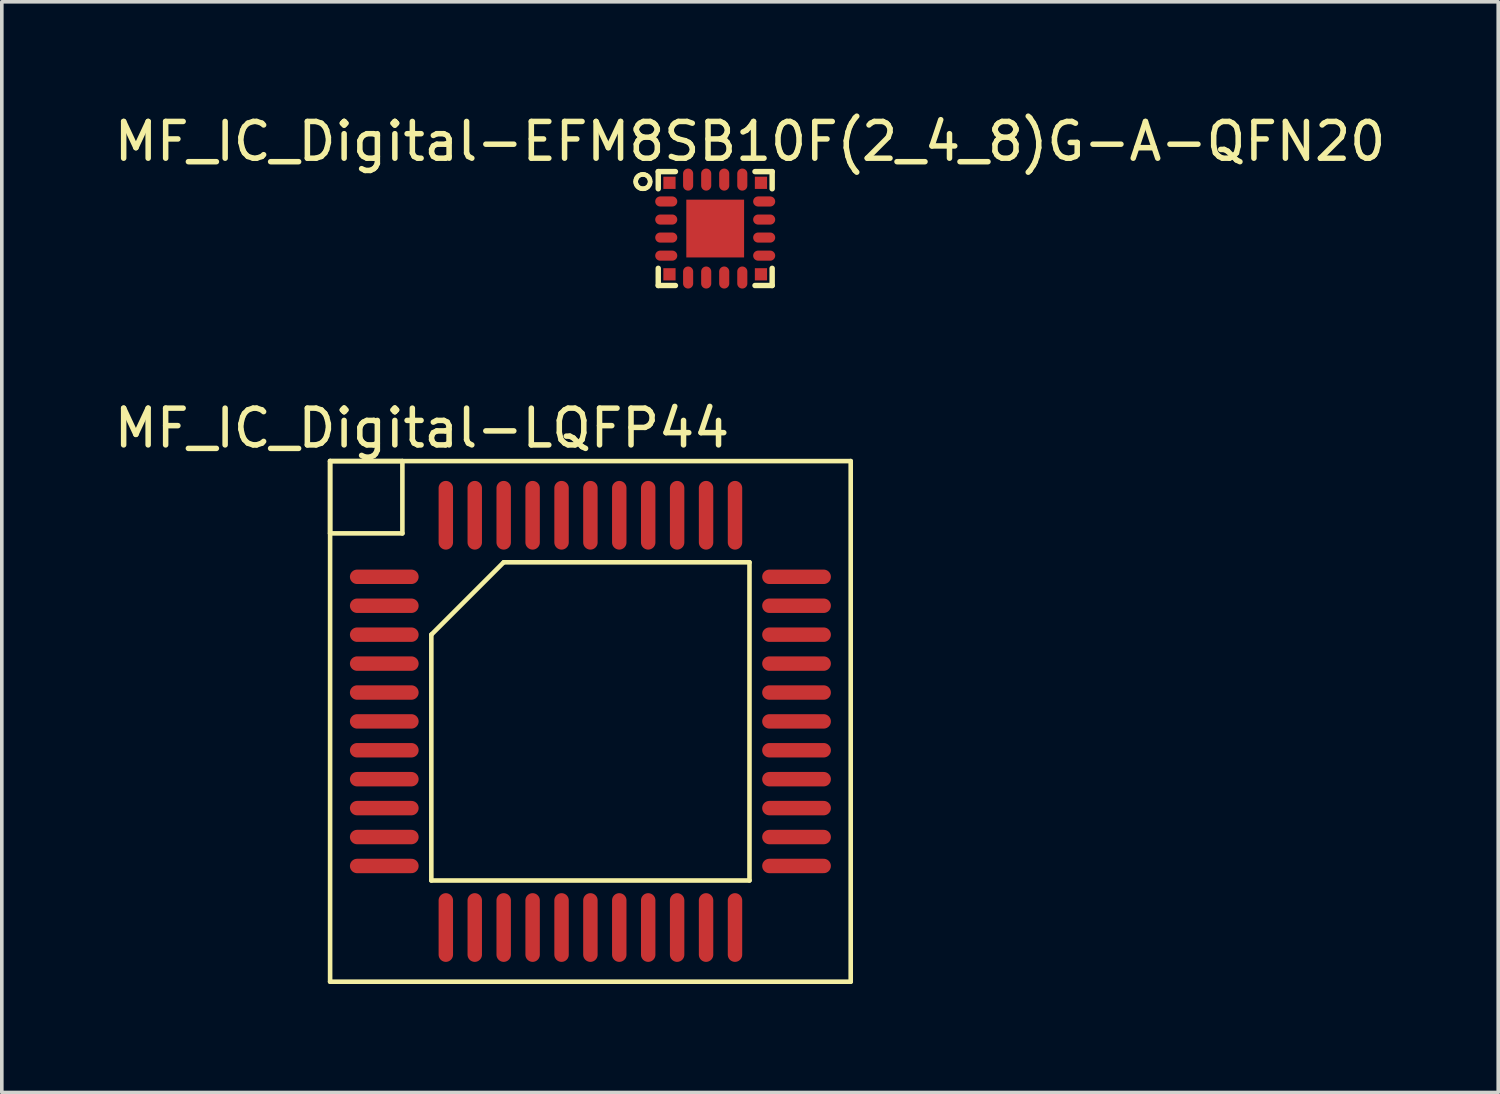
<source format=kicad_pcb>
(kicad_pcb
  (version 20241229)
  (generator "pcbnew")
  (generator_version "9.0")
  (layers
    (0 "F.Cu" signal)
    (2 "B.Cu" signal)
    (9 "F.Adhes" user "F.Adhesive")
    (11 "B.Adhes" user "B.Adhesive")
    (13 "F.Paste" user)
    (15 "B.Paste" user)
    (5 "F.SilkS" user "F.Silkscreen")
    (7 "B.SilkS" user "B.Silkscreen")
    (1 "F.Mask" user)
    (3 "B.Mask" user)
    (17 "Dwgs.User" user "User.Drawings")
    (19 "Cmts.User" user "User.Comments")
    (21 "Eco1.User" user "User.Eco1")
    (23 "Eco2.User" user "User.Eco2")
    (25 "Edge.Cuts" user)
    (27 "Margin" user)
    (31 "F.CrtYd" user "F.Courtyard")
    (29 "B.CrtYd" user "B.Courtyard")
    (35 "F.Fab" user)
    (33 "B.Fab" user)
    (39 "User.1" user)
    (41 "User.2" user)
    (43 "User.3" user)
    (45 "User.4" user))
  (footprint "MF_IC_Digital-LQFP44"
    (layer "F.Cu")
    (at 13.276 16.898)
    (property "Reference" "MF_IC_Digital-LQFP44" (at -4.658 -8.108 0) (layer "F.SilkS") (effects (font (size 1.016 1.016) (thickness 0.152))))
    (attr smd)
    (fp_line (start -7.198 -7.198) (end -5.199 -7.198) (stroke (width 0.127) (type solid)) (layer "F.SilkS"))
    (fp_line (start -7.198 -7.198) (end 7.198 -7.198) (stroke (width 0.127) (type solid)) (layer "F.SilkS"))
    (fp_line (start -7.198 -5.199) (end -7.198 -7.198) (stroke (width 0.127) (type solid)) (layer "F.SilkS"))
    (fp_line (start -7.198 7.198) (end -7.198 -7.198) (stroke (width 0.127) (type solid)) (layer "F.SilkS"))
    (fp_line (start -5.199 -7.198) (end -5.199 -5.199) (stroke (width 0.127) (type solid)) (layer "F.SilkS"))
    (fp_line (start -5.199 -5.199) (end -7.198 -5.199) (stroke (width 0.127) (type solid)) (layer "F.SilkS"))
    (fp_line (start -4.399 -2.398) (end -4.399 4.399) (stroke (width 0.127) (type solid)) (layer "F.SilkS"))
    (fp_line (start -4.399 4.399) (end 4.399 4.399) (stroke (width 0.127) (type solid)) (layer "F.SilkS"))
    (fp_line (start -2.398 -4.399) (end -4.399 -2.398) (stroke (width 0.127) (type solid)) (layer "F.SilkS"))
    (fp_line (start 4.399 -4.399) (end -2.398 -4.399) (stroke (width 0.127) (type solid)) (layer "F.SilkS"))
    (fp_line (start 4.399 4.399) (end 4.399 -4.399) (stroke (width 0.127) (type solid)) (layer "F.SilkS"))
    (fp_line (start 7.198 -7.198) (end 7.198 7.198) (stroke (width 0.127) (type solid)) (layer "F.SilkS"))
    (fp_line (start 7.198 7.198) (end -7.198 7.198) (stroke (width 0.127) (type solid)) (layer "F.SilkS"))
    (pad "1" smd oval (at -5.7 -3.998 270) (size 0.399 1.9) (layers "F.Cu" "F.Mask" "F.Paste"))
    (pad "2" smd oval (at -5.7 -3.198 270) (size 0.399 1.9) (layers "F.Cu" "F.Mask" "F.Paste"))
    (pad "3" smd oval (at -5.7 -2.398 270) (size 0.399 1.9) (layers "F.Cu" "F.Mask" "F.Paste"))
    (pad "4" smd oval (at -5.7 -1.598 270) (size 0.399 1.9) (layers "F.Cu" "F.Mask" "F.Paste"))
    (pad "5" smd oval (at -5.7 -0.798 270) (size 0.399 1.9) (layers "F.Cu" "F.Mask" "F.Paste"))
    (pad "6" smd oval (at -5.7 0 270) (size 0.399 1.9) (layers "F.Cu" "F.Mask" "F.Paste"))
    (pad "7" smd oval (at -5.7 0.798 270) (size 0.399 1.9) (layers "F.Cu" "F.Mask" "F.Paste"))
    (pad "8" smd oval (at -5.7 1.598 270) (size 0.399 1.9) (layers "F.Cu" "F.Mask" "F.Paste"))
    (pad "9" smd oval (at -5.7 2.398 270) (size 0.399 1.9) (layers "F.Cu" "F.Mask" "F.Paste"))
    (pad "10" smd oval (at -5.7 3.198 270) (size 0.399 1.9) (layers "F.Cu" "F.Mask" "F.Paste"))
    (pad "11" smd oval (at -5.7 3.998 270) (size 0.399 1.9) (layers "F.Cu" "F.Mask" "F.Paste"))
    (pad "12" smd oval (at -3.998 5.7 180) (size 0.399 1.9) (layers "F.Cu" "F.Mask" "F.Paste"))
    (pad "13" smd oval (at -3.198 5.7 180) (size 0.399 1.9) (layers "F.Cu" "F.Mask" "F.Paste"))
    (pad "14" smd oval (at -2.398 5.7 180) (size 0.399 1.9) (layers "F.Cu" "F.Mask" "F.Paste"))
    (pad "15" smd oval (at -1.598 5.7 180) (size 0.399 1.9) (layers "F.Cu" "F.Mask" "F.Paste"))
    (pad "16" smd oval (at -0.798 5.7 180) (size 0.399 1.9) (layers "F.Cu" "F.Mask" "F.Paste"))
    (pad "17" smd oval (at 0 5.7 180) (size 0.399 1.9) (layers "F.Cu" "F.Mask" "F.Paste"))
    (pad "18" smd oval (at 0.798 5.7 180) (size 0.399 1.9) (layers "F.Cu" "F.Mask" "F.Paste"))
    (pad "19" smd oval (at 1.598 5.7 180) (size 0.399 1.9) (layers "F.Cu" "F.Mask" "F.Paste"))
    (pad "20" smd oval (at 2.398 5.7 180) (size 0.399 1.9) (layers "F.Cu" "F.Mask" "F.Paste"))
    (pad "21" smd oval (at 3.198 5.7 180) (size 0.399 1.9) (layers "F.Cu" "F.Mask" "F.Paste"))
    (pad "22" smd oval (at 3.998 5.7 180) (size 0.399 1.9) (layers "F.Cu" "F.Mask" "F.Paste"))
    (pad "23" smd oval (at 5.7 3.998 270) (size 0.399 1.9) (layers "F.Cu" "F.Mask" "F.Paste"))
    (pad "24" smd oval (at 5.7 3.198 270) (size 0.399 1.9) (layers "F.Cu" "F.Mask" "F.Paste"))
    (pad "25" smd oval (at 5.7 2.398 270) (size 0.399 1.9) (layers "F.Cu" "F.Mask" "F.Paste"))
    (pad "26" smd oval (at 5.7 1.598 270) (size 0.399 1.9) (layers "F.Cu" "F.Mask" "F.Paste"))
    (pad "27" smd oval (at 5.7 0.798 270) (size 0.399 1.9) (layers "F.Cu" "F.Mask" "F.Paste"))
    (pad "28" smd oval (at 5.7 0 270) (size 0.399 1.9) (layers "F.Cu" "F.Mask" "F.Paste"))
    (pad "29" smd oval (at 5.7 -0.798 270) (size 0.399 1.9) (layers "F.Cu" "F.Mask" "F.Paste"))
    (pad "30" smd oval (at 5.7 -1.598 270) (size 0.399 1.9) (layers "F.Cu" "F.Mask" "F.Paste"))
    (pad "31" smd oval (at 5.7 -2.398 270) (size 0.399 1.9) (layers "F.Cu" "F.Mask" "F.Paste"))
    (pad "32" smd oval (at 5.7 -3.198 270) (size 0.399 1.9) (layers "F.Cu" "F.Mask" "F.Paste"))
    (pad "33" smd oval (at 5.7 -3.998 270) (size 0.399 1.9) (layers "F.Cu" "F.Mask" "F.Paste"))
    (pad "34" smd oval (at 3.998 -5.7 180) (size 0.399 1.9) (layers "F.Cu" "F.Mask" "F.Paste"))
    (pad "35" smd oval (at 3.198 -5.7 180) (size 0.399 1.9) (layers "F.Cu" "F.Mask" "F.Paste"))
    (pad "36" smd oval (at 2.398 -5.7 180) (size 0.399 1.9) (layers "F.Cu" "F.Mask" "F.Paste"))
    (pad "37" smd oval (at 1.598 -5.7 180) (size 0.399 1.9) (layers "F.Cu" "F.Mask" "F.Paste"))
    (pad "38" smd oval (at 0.798 -5.7 180) (size 0.399 1.9) (layers "F.Cu" "F.Mask" "F.Paste"))
    (pad "39" smd oval (at 0 -5.7 180) (size 0.399 1.9) (layers "F.Cu" "F.Mask" "F.Paste"))
    (pad "40" smd oval (at -0.798 -5.7 180) (size 0.399 1.9) (layers "F.Cu" "F.Mask" "F.Paste"))
    (pad "41" smd oval (at -1.598 -5.7 180) (size 0.399 1.9) (layers "F.Cu" "F.Mask" "F.Paste"))
    (pad "42" smd oval (at -2.398 -5.7 180) (size 0.399 1.9) (layers "F.Cu" "F.Mask" "F.Paste"))
    (pad "43" smd oval (at -3.198 -5.7 180) (size 0.399 1.9) (layers "F.Cu" "F.Mask" "F.Paste"))
    (pad "44" smd oval (at -3.998 -5.7 180) (size 0.399 1.9) (layers "F.Cu" "F.Mask" "F.Paste")))
  (footprint "MF_IC_Digital-EFM8SB10F(2_4_8)G-A-QFN20"
    (layer "F.Cu")
    (at 16.727 3.27)
    (property "Reference" "MF_IC_Digital-EFM8SB10F(2_4_8)G-A-QFN20" (at 0.963 -2.408 0) (layer "F.SilkS") (effects (font (size 1.016 1.016) (thickness 0.152))))
    (attr smd)
    (fp_line (start -2.2 -1.298) (end -2.192 -1.247) (stroke (width 0.127) (type solid)) (layer "F.SilkS"))
    (fp_line (start -2.192 -1.351) (end -2.2 -1.298) (stroke (width 0.127) (type solid)) (layer "F.SilkS"))
    (fp_line (start -2.192 -1.247) (end -2.172 -1.199) (stroke (width 0.127) (type solid)) (layer "F.SilkS"))
    (fp_line (start -2.172 -1.4) (end -2.192 -1.351) (stroke (width 0.127) (type solid)) (layer "F.SilkS"))
    (fp_line (start -2.172 -1.199) (end -2.141 -1.158) (stroke (width 0.127) (type solid)) (layer "F.SilkS"))
    (fp_line (start -2.141 -1.44) (end -2.172 -1.4) (stroke (width 0.127) (type solid)) (layer "F.SilkS"))
    (fp_line (start -2.141 -1.158) (end -2.098 -1.125) (stroke (width 0.127) (type solid)) (layer "F.SilkS"))
    (fp_line (start -2.098 -1.473) (end -2.141 -1.44) (stroke (width 0.127) (type solid)) (layer "F.SilkS"))
    (fp_line (start -2.098 -1.125) (end -2.05 -1.105) (stroke (width 0.127) (type solid)) (layer "F.SilkS"))
    (fp_line (start -2.05 -1.491) (end -2.098 -1.473) (stroke (width 0.127) (type solid)) (layer "F.SilkS"))
    (fp_line (start -2.05 -1.105) (end -1.999 -1.1) (stroke (width 0.127) (type solid)) (layer "F.SilkS"))
    (fp_line (start -1.999 -1.499) (end -2.05 -1.491) (stroke (width 0.127) (type solid)) (layer "F.SilkS"))
    (fp_line (start -1.999 -1.1) (end -1.948 -1.105) (stroke (width 0.127) (type solid)) (layer "F.SilkS"))
    (fp_line (start -1.948 -1.491) (end -1.999 -1.499) (stroke (width 0.127) (type solid)) (layer "F.SilkS"))
    (fp_line (start -1.948 -1.105) (end -1.9 -1.125) (stroke (width 0.127) (type solid)) (layer "F.SilkS"))
    (fp_line (start -1.9 -1.473) (end -1.948 -1.491) (stroke (width 0.127) (type solid)) (layer "F.SilkS"))
    (fp_line (start -1.9 -1.125) (end -1.857 -1.158) (stroke (width 0.127) (type solid)) (layer "F.SilkS"))
    (fp_line (start -1.857 -1.44) (end -1.9 -1.473) (stroke (width 0.127) (type solid)) (layer "F.SilkS"))
    (fp_line (start -1.857 -1.158) (end -1.826 -1.199) (stroke (width 0.127) (type solid)) (layer "F.SilkS"))
    (fp_line (start -1.826 -1.4) (end -1.857 -1.44) (stroke (width 0.127) (type solid)) (layer "F.SilkS"))
    (fp_line (start -1.826 -1.199) (end -1.806 -1.247) (stroke (width 0.127) (type solid)) (layer "F.SilkS"))
    (fp_line (start -1.806 -1.351) (end -1.826 -1.4) (stroke (width 0.127) (type solid)) (layer "F.SilkS"))
    (fp_line (start -1.806 -1.247) (end -1.798 -1.298) (stroke (width 0.127) (type solid)) (layer "F.SilkS"))
    (fp_line (start -1.798 -1.298) (end -1.806 -1.351) (stroke (width 0.127) (type solid)) (layer "F.SilkS"))
    (fp_line (start -1.575 -1.575) (end -1.1 -1.575) (stroke (width 0.15) (type solid)) (layer "F.SilkS"))
    (fp_line (start -1.575 -1.1) (end -1.575 -1.575) (stroke (width 0.15) (type solid)) (layer "F.SilkS"))
    (fp_line (start -1.575 1.575) (end -1.575 1.1) (stroke (width 0.15) (type solid)) (layer "F.SilkS"))
    (fp_line (start -1.1 1.575) (end -1.575 1.575) (stroke (width 0.15) (type solid)) (layer "F.SilkS"))
    (fp_line (start 1.1 -1.575) (end 1.575 -1.575) (stroke (width 0.15) (type solid)) (layer "F.SilkS"))
    (fp_line (start 1.575 -1.575) (end 1.575 -1.1) (stroke (width 0.15) (type solid)) (layer "F.SilkS"))
    (fp_line (start 1.575 1.1) (end 1.575 1.575) (stroke (width 0.15) (type solid)) (layer "F.SilkS"))
    (fp_line (start 1.575 1.575) (end 1.1 1.575) (stroke (width 0.15) (type solid)) (layer "F.SilkS"))
    (fp_line (start -0.599 -0.599) (end -0.599 -0.099) (stroke (width 0.127) (type solid)) (layer "F.Paste"))
    (fp_line (start -0.599 -0.099) (end -0.099 -0.099) (stroke (width 0.127) (type solid)) (layer "F.Paste"))
    (fp_line (start -0.599 0.099) (end -0.599 0.599) (stroke (width 0.127) (type solid)) (layer "F.Paste"))
    (fp_line (start -0.599 0.599) (end -0.099 0.599) (stroke (width 0.127) (type solid)) (layer "F.Paste"))
    (fp_line (start -0.109 -0.343) (end -0.584 -0.343) (stroke (width 0.127) (type solid)) (layer "F.Paste"))
    (fp_line (start -0.109 -0.216) (end -0.584 -0.216) (stroke (width 0.127) (type solid)) (layer "F.Paste"))
    (fp_line (start -0.109 0.356) (end -0.584 0.356) (stroke (width 0.127) (type solid)) (layer "F.Paste"))
    (fp_line (start -0.109 0.483) (end -0.584 0.483) (stroke (width 0.127) (type solid)) (layer "F.Paste"))
    (fp_line (start -0.102 -0.521) (end -0.584 -0.521) (stroke (width 0.127) (type solid)) (layer "F.Paste"))
    (fp_line (start -0.102 -0.47) (end -0.584 -0.47) (stroke (width 0.127) (type solid)) (layer "F.Paste"))
    (fp_line (start -0.102 0.178) (end -0.584 0.178) (stroke (width 0.127) (type solid)) (layer "F.Paste"))
    (fp_line (start -0.102 0.229) (end -0.584 0.229) (stroke (width 0.127) (type solid)) (layer "F.Paste"))
    (fp_line (start -0.099 -0.599) (end -0.599 -0.599) (stroke (width 0.127) (type solid)) (layer "F.Paste"))
    (fp_line (start -0.099 -0.099) (end -0.099 -0.599) (stroke (width 0.127) (type solid)) (layer "F.Paste"))
    (fp_line (start -0.099 0.099) (end -0.599 0.099) (stroke (width 0.127) (type solid)) (layer "F.Paste"))
    (fp_line (start -0.099 0.599) (end -0.099 0.099) (stroke (width 0.127) (type solid)) (layer "F.Paste"))
    (fp_line (start 0.099 -0.599) (end 0.099 -0.099) (stroke (width 0.127) (type solid)) (layer "F.Paste"))
    (fp_line (start 0.099 -0.099) (end 0.599 -0.099) (stroke (width 0.127) (type solid)) (layer "F.Paste"))
    (fp_line (start 0.099 0.099) (end 0.099 0.599) (stroke (width 0.127) (type solid)) (layer "F.Paste"))
    (fp_line (start 0.099 0.599) (end 0.599 0.599) (stroke (width 0.127) (type solid)) (layer "F.Paste"))
    (fp_line (start 0.589 -0.343) (end 0.114 -0.343) (stroke (width 0.127) (type solid)) (layer "F.Paste"))
    (fp_line (start 0.589 -0.216) (end 0.114 -0.216) (stroke (width 0.127) (type solid)) (layer "F.Paste"))
    (fp_line (start 0.589 0.356) (end 0.114 0.356) (stroke (width 0.127) (type solid)) (layer "F.Paste"))
    (fp_line (start 0.589 0.483) (end 0.114 0.483) (stroke (width 0.127) (type solid)) (layer "F.Paste"))
    (fp_line (start 0.597 -0.521) (end 0.114 -0.521) (stroke (width 0.127) (type solid)) (layer "F.Paste"))
    (fp_line (start 0.597 -0.47) (end 0.114 -0.47) (stroke (width 0.127) (type solid)) (layer "F.Paste"))
    (fp_line (start 0.597 0.178) (end 0.114 0.178) (stroke (width 0.127) (type solid)) (layer "F.Paste"))
    (fp_line (start 0.597 0.229) (end 0.114 0.229) (stroke (width 0.127) (type solid)) (layer "F.Paste"))
    (fp_line (start 0.599 -0.599) (end 0.099 -0.599) (stroke (width 0.127) (type solid)) (layer "F.Paste"))
    (fp_line (start 0.599 -0.099) (end 0.599 -0.599) (stroke (width 0.127) (type solid)) (layer "F.Paste"))
    (fp_line (start 0.599 0.099) (end 0.099 0.099) (stroke (width 0.127) (type solid)) (layer "F.Paste"))
    (fp_line (start 0.599 0.599) (end 0.599 0.099) (stroke (width 0.127) (type solid)) (layer "F.Paste"))
    (pad "P$1" smd rect (at -1.265 -1.265) (size 0.338 0.338) (layers "F.Cu" "F.Mask" "F.Paste"))
    (pad "P$2" smd oval (at -1.354 -0.749 90) (size 0.279 0.61) (layers "F.Cu" "F.Mask" "F.Paste"))
    (pad "P$3" smd oval (at -1.354 -0.249 90) (size 0.279 0.61) (layers "F.Cu" "F.Mask" "F.Paste"))
    (pad "P$4" smd oval (at -1.354 0.249 90) (size 0.279 0.61) (layers "F.Cu" "F.Mask" "F.Paste"))
    (pad "P$5" smd oval (at -1.354 0.749 90) (size 0.279 0.61) (layers "F.Cu" "F.Mask" "F.Paste"))
    (pad "P$6" smd rect (at -1.265 1.265) (size 0.338 0.338) (layers "F.Cu" "F.Mask" "F.Paste"))
    (pad "P$7" smd oval (at -0.749 1.354) (size 0.279 0.61) (layers "F.Cu" "F.Mask" "F.Paste"))
    (pad "P$8" smd oval (at -0.249 1.354) (size 0.279 0.61) (layers "F.Cu" "F.Mask" "F.Paste"))
    (pad "P$9" smd oval (at 0.249 1.354) (size 0.279 0.61) (layers "F.Cu" "F.Mask" "F.Paste"))
    (pad "P$10" smd oval (at 0.749 1.354) (size 0.279 0.61) (layers "F.Cu" "F.Mask" "F.Paste"))
    (pad "P$11" smd rect (at 1.265 1.265) (size 0.338 0.338) (layers "F.Cu" "F.Mask" "F.Paste"))
    (pad "P$12" smd oval (at 1.354 0.749 90) (size 0.279 0.61) (layers "F.Cu" "F.Mask" "F.Paste"))
    (pad "P$13" smd oval (at 1.354 0.249 90) (size 0.279 0.61) (layers "F.Cu" "F.Mask" "F.Paste"))
    (pad "P$14" smd oval (at 1.354 -0.249 90) (size 0.279 0.61) (layers "F.Cu" "F.Mask" "F.Paste"))
    (pad "P$15" smd oval (at 1.354 -0.749 90) (size 0.279 0.61) (layers "F.Cu" "F.Mask" "F.Paste"))
    (pad "P$16" smd rect (at 1.265 -1.265) (size 0.338 0.338) (layers "F.Cu" "F.Mask" "F.Paste"))
    (pad "P$17" smd oval (at 0.749 -1.354) (size 0.279 0.61) (layers "F.Cu" "F.Mask" "F.Paste"))
    (pad "P$18" smd oval (at 0.249 -1.354) (size 0.279 0.61) (layers "F.Cu" "F.Mask" "F.Paste"))
    (pad "P$19" smd oval (at -0.249 -1.354) (size 0.279 0.61) (layers "F.Cu" "F.Mask" "F.Paste"))
    (pad "P$20" smd oval (at -0.749 -1.354) (size 0.279 0.61) (layers "F.Cu" "F.Mask" "F.Paste"))
    (pad "PAD" smd rect (at 0 0) (size 1.598 1.598) (layers "F.Cu" "F.Mask")))
  (gr_rect
    (start -3 -3)
    (end 38.379 27.16)
    (stroke (width 0.1) (type default))
    (fill no)
    (layer "Edge.Cuts")))
</source>
